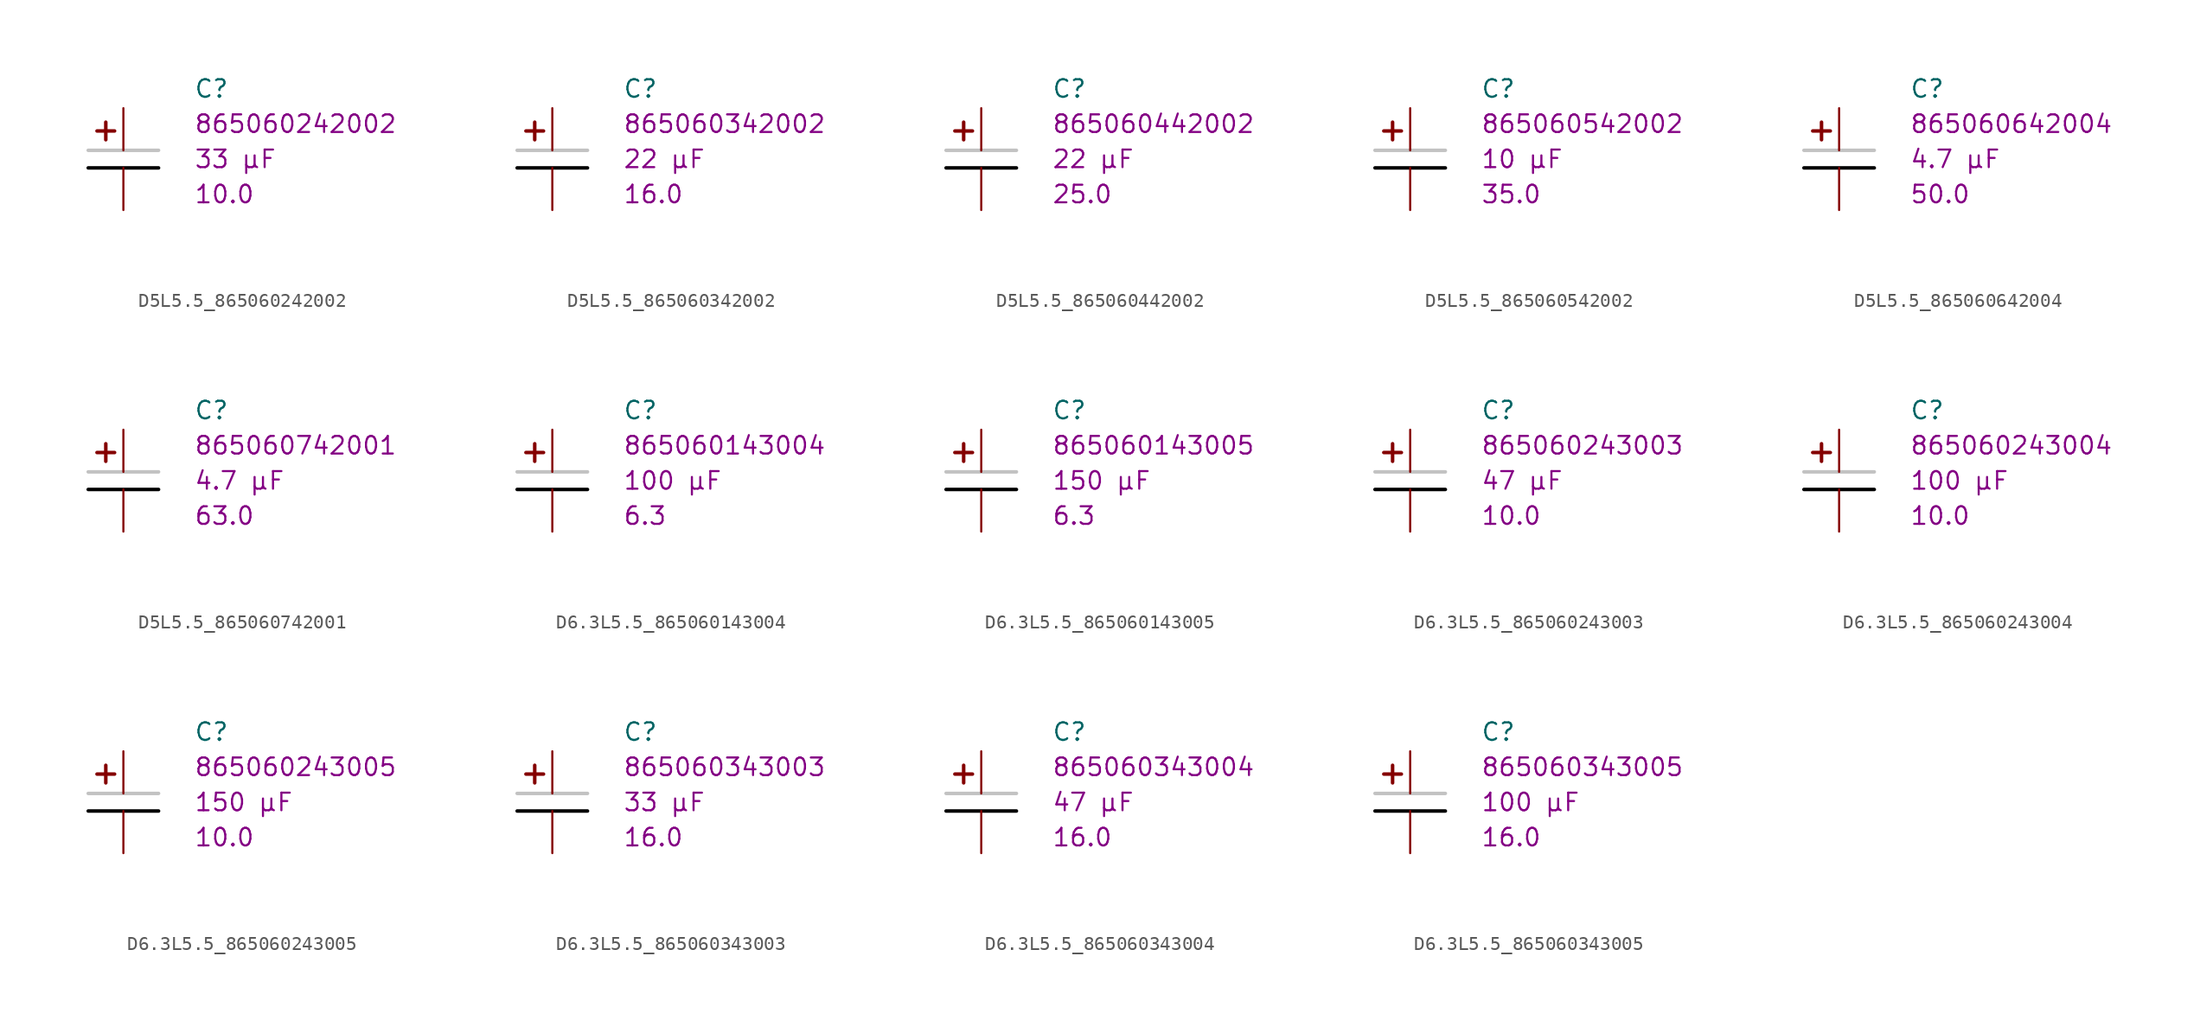
<source format=kicad_sym>
(kicad_symbol_lib
  (version 20220914)
  (generator kicad_symbol_editor)
  (symbol "D5L5.5_865060242002"
    (pin_numbers hide)
    (pin_names hide)
    (property "Reference" "C"
      (at 5.08 5.08 0)
      (effects (font (size 1.27 1.27)) (justify left)))
    (property "Part Number" "865060242002"
      (at 5.08 2.54 0)
      (effects (font (size 1.27 1.27)) (justify left)))
    (property "Capacitance" "33 µF"
      (at 5.08 0 0)
      (effects (font (size 1.27 1.27)) (justify left)))
    (property "Voltage" "10.0"
      (at 5.08 -2.54 0)
      (effects (font (size 1.27 1.27)) (justify left)))
    (property "Critical Parameter" ""
      (at 0 -7.62 0)
      (effects (font (size 1.27 1.27))))
    (symbol "D5L5.5_865060242002_1_1"
      (polyline (pts (xy -1.27 2.667) (xy -1.27 1.397)) (stroke (width 0.254) (type default)) (fill (type none)))
      (polyline (pts (xy -0.635 2.032) (xy -1.905 2.032)) (stroke (width 0.254) (type default)) (fill (type none)))
      (polyline (pts (xy 2.54 -0.635) (xy -2.54 -0.635)) (stroke (width 0.254) (type default) (color 0 0 0 1)) (fill (type none)))
      (polyline (pts (xy 2.54 0.635) (xy -2.54 0.635)) (stroke (width 0.254) (type default) (color 194 194 194 1)) (fill (type none)))
      (pin passive line (at 0 3.679 270) (length 3.044) (name "1" (effects (font (size 1.27 1.27)))) (number "1" (effects (font (size 1.27 1.27)))))
      (pin passive line (at 0 -3.679 90) (length 3.044) (name "2" (effects (font (size 1.27 1.27)))) (number "2" (effects (font (size 1.27 1.27)))))))
  (symbol "D5L5.5_865060342002"
    (pin_numbers hide)
    (pin_names hide)
    (property "Reference" "C"
      (at 5.08 5.08 0)
      (effects (font (size 1.27 1.27)) (justify left)))
    (property "Part Number" "865060342002"
      (at 5.08 2.54 0)
      (effects (font (size 1.27 1.27)) (justify left)))
    (property "Capacitance" "22 µF"
      (at 5.08 0 0)
      (effects (font (size 1.27 1.27)) (justify left)))
    (property "Voltage" "16.0"
      (at 5.08 -2.54 0)
      (effects (font (size 1.27 1.27)) (justify left)))
    (property "Critical Parameter" ""
      (at 0 -7.62 0)
      (effects (font (size 1.27 1.27))))
    (symbol "D5L5.5_865060342002_1_1"
      (polyline (pts (xy -1.27 2.667) (xy -1.27 1.397)) (stroke (width 0.254) (type default)) (fill (type none)))
      (polyline (pts (xy -0.635 2.032) (xy -1.905 2.032)) (stroke (width 0.254) (type default)) (fill (type none)))
      (polyline (pts (xy 2.54 -0.635) (xy -2.54 -0.635)) (stroke (width 0.254) (type default) (color 0 0 0 1)) (fill (type none)))
      (polyline (pts (xy 2.54 0.635) (xy -2.54 0.635)) (stroke (width 0.254) (type default) (color 194 194 194 1)) (fill (type none)))
      (pin passive line (at 0 3.679 270) (length 3.044) (name "1" (effects (font (size 1.27 1.27)))) (number "1" (effects (font (size 1.27 1.27)))))
      (pin passive line (at 0 -3.679 90) (length 3.044) (name "2" (effects (font (size 1.27 1.27)))) (number "2" (effects (font (size 1.27 1.27)))))))
  (symbol "D5L5.5_865060442002"
    (pin_numbers hide)
    (pin_names hide)
    (property "Reference" "C"
      (at 5.08 5.08 0)
      (effects (font (size 1.27 1.27)) (justify left)))
    (property "Part Number" "865060442002"
      (at 5.08 2.54 0)
      (effects (font (size 1.27 1.27)) (justify left)))
    (property "Capacitance" "22 µF"
      (at 5.08 0 0)
      (effects (font (size 1.27 1.27)) (justify left)))
    (property "Voltage" "25.0"
      (at 5.08 -2.54 0)
      (effects (font (size 1.27 1.27)) (justify left)))
    (property "Critical Parameter" ""
      (at 0 -7.62 0)
      (effects (font (size 1.27 1.27))))
    (symbol "D5L5.5_865060442002_1_1"
      (polyline (pts (xy -1.27 2.667) (xy -1.27 1.397)) (stroke (width 0.254) (type default)) (fill (type none)))
      (polyline (pts (xy -0.635 2.032) (xy -1.905 2.032)) (stroke (width 0.254) (type default)) (fill (type none)))
      (polyline (pts (xy 2.54 -0.635) (xy -2.54 -0.635)) (stroke (width 0.254) (type default) (color 0 0 0 1)) (fill (type none)))
      (polyline (pts (xy 2.54 0.635) (xy -2.54 0.635)) (stroke (width 0.254) (type default) (color 194 194 194 1)) (fill (type none)))
      (pin passive line (at 0 3.679 270) (length 3.044) (name "1" (effects (font (size 1.27 1.27)))) (number "1" (effects (font (size 1.27 1.27)))))
      (pin passive line (at 0 -3.679 90) (length 3.044) (name "2" (effects (font (size 1.27 1.27)))) (number "2" (effects (font (size 1.27 1.27)))))))
  (symbol "D5L5.5_865060542002"
    (pin_numbers hide)
    (pin_names hide)
    (property "Reference" "C"
      (at 5.08 5.08 0)
      (effects (font (size 1.27 1.27)) (justify left)))
    (property "Part Number" "865060542002"
      (at 5.08 2.54 0)
      (effects (font (size 1.27 1.27)) (justify left)))
    (property "Capacitance" "10 µF"
      (at 5.08 0 0)
      (effects (font (size 1.27 1.27)) (justify left)))
    (property "Voltage" "35.0"
      (at 5.08 -2.54 0)
      (effects (font (size 1.27 1.27)) (justify left)))
    (property "Critical Parameter" ""
      (at 0 -7.62 0)
      (effects (font (size 1.27 1.27))))
    (symbol "D5L5.5_865060542002_1_1"
      (polyline (pts (xy -1.27 2.667) (xy -1.27 1.397)) (stroke (width 0.254) (type default)) (fill (type none)))
      (polyline (pts (xy -0.635 2.032) (xy -1.905 2.032)) (stroke (width 0.254) (type default)) (fill (type none)))
      (polyline (pts (xy 2.54 -0.635) (xy -2.54 -0.635)) (stroke (width 0.254) (type default) (color 0 0 0 1)) (fill (type none)))
      (polyline (pts (xy 2.54 0.635) (xy -2.54 0.635)) (stroke (width 0.254) (type default) (color 194 194 194 1)) (fill (type none)))
      (pin passive line (at 0 3.679 270) (length 3.044) (name "1" (effects (font (size 1.27 1.27)))) (number "1" (effects (font (size 1.27 1.27)))))
      (pin passive line (at 0 -3.679 90) (length 3.044) (name "2" (effects (font (size 1.27 1.27)))) (number "2" (effects (font (size 1.27 1.27)))))))
  (symbol "D5L5.5_865060642004"
    (pin_numbers hide)
    (pin_names hide)
    (property "Reference" "C"
      (at 5.08 5.08 0)
      (effects (font (size 1.27 1.27)) (justify left)))
    (property "Part Number" "865060642004"
      (at 5.08 2.54 0)
      (effects (font (size 1.27 1.27)) (justify left)))
    (property "Capacitance" "4.7 µF"
      (at 5.08 0 0)
      (effects (font (size 1.27 1.27)) (justify left)))
    (property "Voltage" "50.0"
      (at 5.08 -2.54 0)
      (effects (font (size 1.27 1.27)) (justify left)))
    (property "Critical Parameter" ""
      (at 0 -7.62 0)
      (effects (font (size 1.27 1.27))))
    (symbol "D5L5.5_865060642004_1_1"
      (polyline (pts (xy -1.27 2.667) (xy -1.27 1.397)) (stroke (width 0.254) (type default)) (fill (type none)))
      (polyline (pts (xy -0.635 2.032) (xy -1.905 2.032)) (stroke (width 0.254) (type default)) (fill (type none)))
      (polyline (pts (xy 2.54 -0.635) (xy -2.54 -0.635)) (stroke (width 0.254) (type default) (color 0 0 0 1)) (fill (type none)))
      (polyline (pts (xy 2.54 0.635) (xy -2.54 0.635)) (stroke (width 0.254) (type default) (color 194 194 194 1)) (fill (type none)))
      (pin passive line (at 0 3.679 270) (length 3.044) (name "1" (effects (font (size 1.27 1.27)))) (number "1" (effects (font (size 1.27 1.27)))))
      (pin passive line (at 0 -3.679 90) (length 3.044) (name "2" (effects (font (size 1.27 1.27)))) (number "2" (effects (font (size 1.27 1.27)))))))
  (symbol "D5L5.5_865060742001"
    (pin_numbers hide)
    (pin_names hide)
    (property "Reference" "C"
      (at 5.08 5.08 0)
      (effects (font (size 1.27 1.27)) (justify left)))
    (property "Part Number" "865060742001"
      (at 5.08 2.54 0)
      (effects (font (size 1.27 1.27)) (justify left)))
    (property "Capacitance" "4.7 µF"
      (at 5.08 0 0)
      (effects (font (size 1.27 1.27)) (justify left)))
    (property "Voltage" "63.0"
      (at 5.08 -2.54 0)
      (effects (font (size 1.27 1.27)) (justify left)))
    (property "Critical Parameter" ""
      (at 0 -7.62 0)
      (effects (font (size 1.27 1.27))))
    (symbol "D5L5.5_865060742001_1_1"
      (polyline (pts (xy -1.27 2.667) (xy -1.27 1.397)) (stroke (width 0.254) (type default)) (fill (type none)))
      (polyline (pts (xy -0.635 2.032) (xy -1.905 2.032)) (stroke (width 0.254) (type default)) (fill (type none)))
      (polyline (pts (xy 2.54 -0.635) (xy -2.54 -0.635)) (stroke (width 0.254) (type default) (color 0 0 0 1)) (fill (type none)))
      (polyline (pts (xy 2.54 0.635) (xy -2.54 0.635)) (stroke (width 0.254) (type default) (color 194 194 194 1)) (fill (type none)))
      (pin passive line (at 0 3.679 270) (length 3.044) (name "1" (effects (font (size 1.27 1.27)))) (number "1" (effects (font (size 1.27 1.27)))))
      (pin passive line (at 0 -3.679 90) (length 3.044) (name "2" (effects (font (size 1.27 1.27)))) (number "2" (effects (font (size 1.27 1.27)))))))
  (symbol "D6.3L5.5_865060143004"
    (pin_numbers hide)
    (pin_names hide)
    (property "Reference" "C"
      (at 5.08 5.08 0)
      (effects (font (size 1.27 1.27)) (justify left)))
    (property "Part Number" "865060143004"
      (at 5.08 2.54 0)
      (effects (font (size 1.27 1.27)) (justify left)))
    (property "Capacitance" "100 µF"
      (at 5.08 0 0)
      (effects (font (size 1.27 1.27)) (justify left)))
    (property "Voltage" "6.3"
      (at 5.08 -2.54 0)
      (effects (font (size 1.27 1.27)) (justify left)))
    (property "Critical Parameter" ""
      (at 0 -7.62 0)
      (effects (font (size 1.27 1.27))))
    (symbol "D6.3L5.5_865060143004_1_1"
      (polyline (pts (xy -1.27 2.667) (xy -1.27 1.397)) (stroke (width 0.254) (type default)) (fill (type none)))
      (polyline (pts (xy -0.635 2.032) (xy -1.905 2.032)) (stroke (width 0.254) (type default)) (fill (type none)))
      (polyline (pts (xy 2.54 -0.635) (xy -2.54 -0.635)) (stroke (width 0.254) (type default) (color 0 0 0 1)) (fill (type none)))
      (polyline (pts (xy 2.54 0.635) (xy -2.54 0.635)) (stroke (width 0.254) (type default) (color 194 194 194 1)) (fill (type none)))
      (pin passive line (at 0 3.679 270) (length 3.044) (name "1" (effects (font (size 1.27 1.27)))) (number "1" (effects (font (size 1.27 1.27)))))
      (pin passive line (at 0 -3.679 90) (length 3.044) (name "2" (effects (font (size 1.27 1.27)))) (number "2" (effects (font (size 1.27 1.27)))))))
  (symbol "D6.3L5.5_865060143005"
    (pin_numbers hide)
    (pin_names hide)
    (property "Reference" "C"
      (at 5.08 5.08 0)
      (effects (font (size 1.27 1.27)) (justify left)))
    (property "Part Number" "865060143005"
      (at 5.08 2.54 0)
      (effects (font (size 1.27 1.27)) (justify left)))
    (property "Capacitance" "150 µF"
      (at 5.08 0 0)
      (effects (font (size 1.27 1.27)) (justify left)))
    (property "Voltage" "6.3"
      (at 5.08 -2.54 0)
      (effects (font (size 1.27 1.27)) (justify left)))
    (property "Critical Parameter" ""
      (at 0 -7.62 0)
      (effects (font (size 1.27 1.27))))
    (symbol "D6.3L5.5_865060143005_1_1"
      (polyline (pts (xy -1.27 2.667) (xy -1.27 1.397)) (stroke (width 0.254) (type default)) (fill (type none)))
      (polyline (pts (xy -0.635 2.032) (xy -1.905 2.032)) (stroke (width 0.254) (type default)) (fill (type none)))
      (polyline (pts (xy 2.54 -0.635) (xy -2.54 -0.635)) (stroke (width 0.254) (type default) (color 0 0 0 1)) (fill (type none)))
      (polyline (pts (xy 2.54 0.635) (xy -2.54 0.635)) (stroke (width 0.254) (type default) (color 194 194 194 1)) (fill (type none)))
      (pin passive line (at 0 3.679 270) (length 3.044) (name "1" (effects (font (size 1.27 1.27)))) (number "1" (effects (font (size 1.27 1.27)))))
      (pin passive line (at 0 -3.679 90) (length 3.044) (name "2" (effects (font (size 1.27 1.27)))) (number "2" (effects (font (size 1.27 1.27)))))))
  (symbol "D6.3L5.5_865060243003"
    (pin_numbers hide)
    (pin_names hide)
    (property "Reference" "C"
      (at 5.08 5.08 0)
      (effects (font (size 1.27 1.27)) (justify left)))
    (property "Part Number" "865060243003"
      (at 5.08 2.54 0)
      (effects (font (size 1.27 1.27)) (justify left)))
    (property "Capacitance" "47 µF"
      (at 5.08 0 0)
      (effects (font (size 1.27 1.27)) (justify left)))
    (property "Voltage" "10.0"
      (at 5.08 -2.54 0)
      (effects (font (size 1.27 1.27)) (justify left)))
    (property "Critical Parameter" ""
      (at 0 -7.62 0)
      (effects (font (size 1.27 1.27))))
    (symbol "D6.3L5.5_865060243003_1_1"
      (polyline (pts (xy -1.27 2.667) (xy -1.27 1.397)) (stroke (width 0.254) (type default)) (fill (type none)))
      (polyline (pts (xy -0.635 2.032) (xy -1.905 2.032)) (stroke (width 0.254) (type default)) (fill (type none)))
      (polyline (pts (xy 2.54 -0.635) (xy -2.54 -0.635)) (stroke (width 0.254) (type default) (color 0 0 0 1)) (fill (type none)))
      (polyline (pts (xy 2.54 0.635) (xy -2.54 0.635)) (stroke (width 0.254) (type default) (color 194 194 194 1)) (fill (type none)))
      (pin passive line (at 0 3.679 270) (length 3.044) (name "1" (effects (font (size 1.27 1.27)))) (number "1" (effects (font (size 1.27 1.27)))))
      (pin passive line (at 0 -3.679 90) (length 3.044) (name "2" (effects (font (size 1.27 1.27)))) (number "2" (effects (font (size 1.27 1.27)))))))
  (symbol "D6.3L5.5_865060243004"
    (pin_numbers hide)
    (pin_names hide)
    (property "Reference" "C"
      (at 5.08 5.08 0)
      (effects (font (size 1.27 1.27)) (justify left)))
    (property "Part Number" "865060243004"
      (at 5.08 2.54 0)
      (effects (font (size 1.27 1.27)) (justify left)))
    (property "Capacitance" "100 µF"
      (at 5.08 0 0)
      (effects (font (size 1.27 1.27)) (justify left)))
    (property "Voltage" "10.0"
      (at 5.08 -2.54 0)
      (effects (font (size 1.27 1.27)) (justify left)))
    (property "Critical Parameter" ""
      (at 0 -7.62 0)
      (effects (font (size 1.27 1.27))))
    (symbol "D6.3L5.5_865060243004_1_1"
      (polyline (pts (xy -1.27 2.667) (xy -1.27 1.397)) (stroke (width 0.254) (type default)) (fill (type none)))
      (polyline (pts (xy -0.635 2.032) (xy -1.905 2.032)) (stroke (width 0.254) (type default)) (fill (type none)))
      (polyline (pts (xy 2.54 -0.635) (xy -2.54 -0.635)) (stroke (width 0.254) (type default) (color 0 0 0 1)) (fill (type none)))
      (polyline (pts (xy 2.54 0.635) (xy -2.54 0.635)) (stroke (width 0.254) (type default) (color 194 194 194 1)) (fill (type none)))
      (pin passive line (at 0 3.679 270) (length 3.044) (name "1" (effects (font (size 1.27 1.27)))) (number "1" (effects (font (size 1.27 1.27)))))
      (pin passive line (at 0 -3.679 90) (length 3.044) (name "2" (effects (font (size 1.27 1.27)))) (number "2" (effects (font (size 1.27 1.27)))))))
  (symbol "D6.3L5.5_865060243005"
    (pin_numbers hide)
    (pin_names hide)
    (property "Reference" "C"
      (at 5.08 5.08 0)
      (effects (font (size 1.27 1.27)) (justify left)))
    (property "Part Number" "865060243005"
      (at 5.08 2.54 0)
      (effects (font (size 1.27 1.27)) (justify left)))
    (property "Capacitance" "150 µF"
      (at 5.08 0 0)
      (effects (font (size 1.27 1.27)) (justify left)))
    (property "Voltage" "10.0"
      (at 5.08 -2.54 0)
      (effects (font (size 1.27 1.27)) (justify left)))
    (property "Critical Parameter" ""
      (at 0 -7.62 0)
      (effects (font (size 1.27 1.27))))
    (symbol "D6.3L5.5_865060243005_1_1"
      (polyline (pts (xy -1.27 2.667) (xy -1.27 1.397)) (stroke (width 0.254) (type default)) (fill (type none)))
      (polyline (pts (xy -0.635 2.032) (xy -1.905 2.032)) (stroke (width 0.254) (type default)) (fill (type none)))
      (polyline (pts (xy 2.54 -0.635) (xy -2.54 -0.635)) (stroke (width 0.254) (type default) (color 0 0 0 1)) (fill (type none)))
      (polyline (pts (xy 2.54 0.635) (xy -2.54 0.635)) (stroke (width 0.254) (type default) (color 194 194 194 1)) (fill (type none)))
      (pin passive line (at 0 3.679 270) (length 3.044) (name "1" (effects (font (size 1.27 1.27)))) (number "1" (effects (font (size 1.27 1.27)))))
      (pin passive line (at 0 -3.679 90) (length 3.044) (name "2" (effects (font (size 1.27 1.27)))) (number "2" (effects (font (size 1.27 1.27)))))))
  (symbol "D6.3L5.5_865060343003"
    (pin_numbers hide)
    (pin_names hide)
    (property "Reference" "C"
      (at 5.08 5.08 0)
      (effects (font (size 1.27 1.27)) (justify left)))
    (property "Part Number" "865060343003"
      (at 5.08 2.54 0)
      (effects (font (size 1.27 1.27)) (justify left)))
    (property "Capacitance" "33 µF"
      (at 5.08 0 0)
      (effects (font (size 1.27 1.27)) (justify left)))
    (property "Voltage" "16.0"
      (at 5.08 -2.54 0)
      (effects (font (size 1.27 1.27)) (justify left)))
    (property "Critical Parameter" ""
      (at 0 -7.62 0)
      (effects (font (size 1.27 1.27))))
    (symbol "D6.3L5.5_865060343003_1_1"
      (polyline (pts (xy -1.27 2.667) (xy -1.27 1.397)) (stroke (width 0.254) (type default)) (fill (type none)))
      (polyline (pts (xy -0.635 2.032) (xy -1.905 2.032)) (stroke (width 0.254) (type default)) (fill (type none)))
      (polyline (pts (xy 2.54 -0.635) (xy -2.54 -0.635)) (stroke (width 0.254) (type default) (color 0 0 0 1)) (fill (type none)))
      (polyline (pts (xy 2.54 0.635) (xy -2.54 0.635)) (stroke (width 0.254) (type default) (color 194 194 194 1)) (fill (type none)))
      (pin passive line (at 0 3.679 270) (length 3.044) (name "1" (effects (font (size 1.27 1.27)))) (number "1" (effects (font (size 1.27 1.27)))))
      (pin passive line (at 0 -3.679 90) (length 3.044) (name "2" (effects (font (size 1.27 1.27)))) (number "2" (effects (font (size 1.27 1.27)))))))
  (symbol "D6.3L5.5_865060343004"
    (pin_numbers hide)
    (pin_names hide)
    (property "Reference" "C"
      (at 5.08 5.08 0)
      (effects (font (size 1.27 1.27)) (justify left)))
    (property "Part Number" "865060343004"
      (at 5.08 2.54 0)
      (effects (font (size 1.27 1.27)) (justify left)))
    (property "Capacitance" "47 µF"
      (at 5.08 0 0)
      (effects (font (size 1.27 1.27)) (justify left)))
    (property "Voltage" "16.0"
      (at 5.08 -2.54 0)
      (effects (font (size 1.27 1.27)) (justify left)))
    (property "Critical Parameter" ""
      (at 0 -7.62 0)
      (effects (font (size 1.27 1.27))))
    (symbol "D6.3L5.5_865060343004_1_1"
      (polyline (pts (xy -1.27 2.667) (xy -1.27 1.397)) (stroke (width 0.254) (type default)) (fill (type none)))
      (polyline (pts (xy -0.635 2.032) (xy -1.905 2.032)) (stroke (width 0.254) (type default)) (fill (type none)))
      (polyline (pts (xy 2.54 -0.635) (xy -2.54 -0.635)) (stroke (width 0.254) (type default) (color 0 0 0 1)) (fill (type none)))
      (polyline (pts (xy 2.54 0.635) (xy -2.54 0.635)) (stroke (width 0.254) (type default) (color 194 194 194 1)) (fill (type none)))
      (pin passive line (at 0 3.679 270) (length 3.044) (name "1" (effects (font (size 1.27 1.27)))) (number "1" (effects (font (size 1.27 1.27)))))
      (pin passive line (at 0 -3.679 90) (length 3.044) (name "2" (effects (font (size 1.27 1.27)))) (number "2" (effects (font (size 1.27 1.27)))))))
  (symbol "D6.3L5.5_865060343005"
    (pin_numbers hide)
    (pin_names hide)
    (property "Reference" "C"
      (at 5.08 5.08 0)
      (effects (font (size 1.27 1.27)) (justify left)))
    (property "Part Number" "865060343005"
      (at 5.08 2.54 0)
      (effects (font (size 1.27 1.27)) (justify left)))
    (property "Capacitance" "100 µF"
      (at 5.08 0 0)
      (effects (font (size 1.27 1.27)) (justify left)))
    (property "Voltage" "16.0"
      (at 5.08 -2.54 0)
      (effects (font (size 1.27 1.27)) (justify left)))
    (property "Critical Parameter" ""
      (at 0 -7.62 0)
      (effects (font (size 1.27 1.27))))
    (symbol "D6.3L5.5_865060343005_1_1"
      (polyline (pts (xy -1.27 2.667) (xy -1.27 1.397)) (stroke (width 0.254) (type default)) (fill (type none)))
      (polyline (pts (xy -0.635 2.032) (xy -1.905 2.032)) (stroke (width 0.254) (type default)) (fill (type none)))
      (polyline (pts (xy 2.54 -0.635) (xy -2.54 -0.635)) (stroke (width 0.254) (type default) (color 0 0 0 1)) (fill (type none)))
      (polyline (pts (xy 2.54 0.635) (xy -2.54 0.635)) (stroke (width 0.254) (type default) (color 194 194 194 1)) (fill (type none)))
      (pin passive line (at 0 3.679 270) (length 3.044) (name "1" (effects (font (size 1.27 1.27)))) (number "1" (effects (font (size 1.27 1.27)))))
      (pin passive line (at 0 -3.679 90) (length 3.044) (name "2" (effects (font (size 1.27 1.27)))) (number "2" (effects (font (size 1.27 1.27))))))))
</source>
